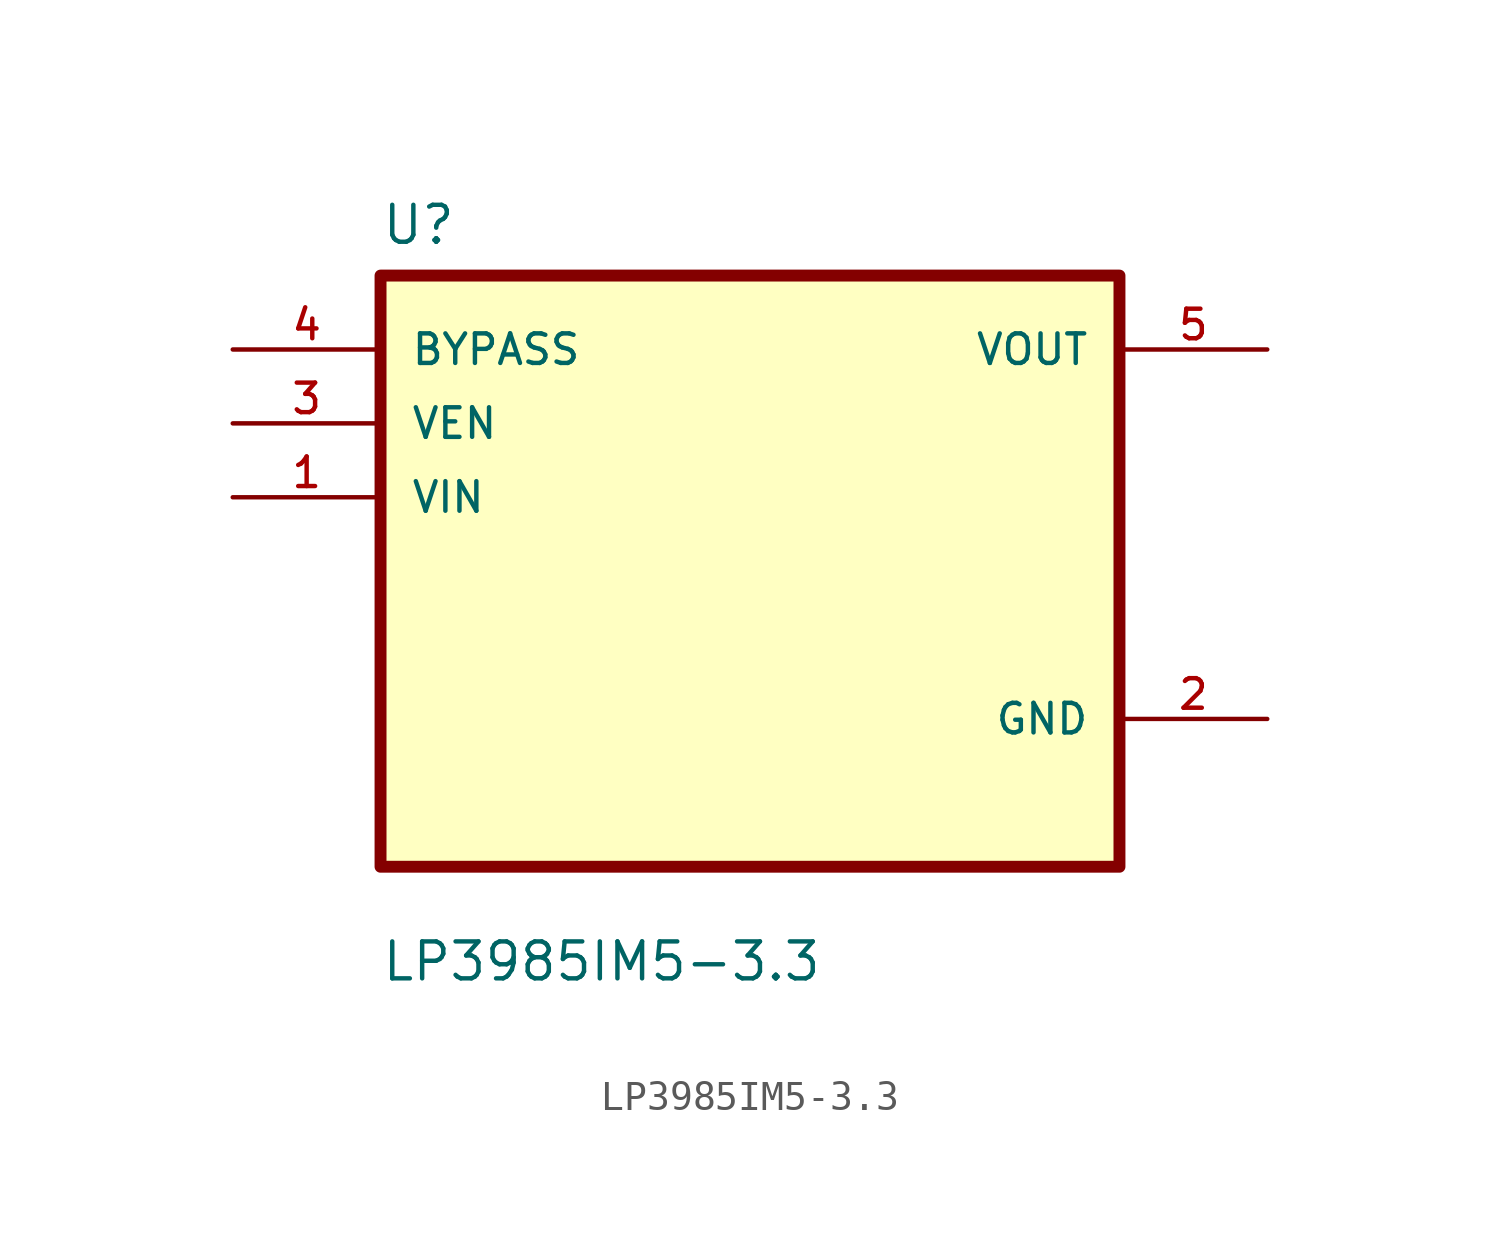
<source format=kicad_sym>
(kicad_symbol_lib
  (version 20211014)
  (generator kicad_symbol_editor)
  (symbol "LP3985IM5-3.3"
    (pin_names
      (offset 1.016))
    (property "Reference" "U"
      (at -12.7 11.16 0.0)
      (effects (font (size 1.27 1.27)) (justify bottom left)))
    (property "Value" "LP3985IM5-3.3"
      (at -12.7 -14.16 0.0)
      (effects (font (size 1.27 1.27)) (justify bottom left)))
    (symbol "LP3985IM5-3.3_0_0"
      (rectangle (start -12.7 -10.16) (end 12.7 10.16) (stroke (width 0.41)) (fill (type background)))
      (pin input line (at -17.78 7.62 0) (length 5.08) (name "BYPASS" (effects (font (size 1.016 1.016)))) (number "4" (effects (font (size 1.016 1.016)))))
      (pin input line (at -17.78 5.08 0) (length 5.08) (name "VEN" (effects (font (size 1.016 1.016)))) (number "3" (effects (font (size 1.016 1.016)))))
      (pin input line (at -17.78 2.54 0) (length 5.08) (name "VIN" (effects (font (size 1.016 1.016)))) (number "1" (effects (font (size 1.016 1.016)))))
      (pin output line (at 17.78 7.62 180.0) (length 5.08) (name "VOUT" (effects (font (size 1.016 1.016)))) (number "5" (effects (font (size 1.016 1.016)))))
      (pin power_in line (at 17.78 -5.08 180.0) (length 5.08) (name "GND" (effects (font (size 1.016 1.016)))) (number "2" (effects (font (size 1.016 1.016))))))))
</source>
